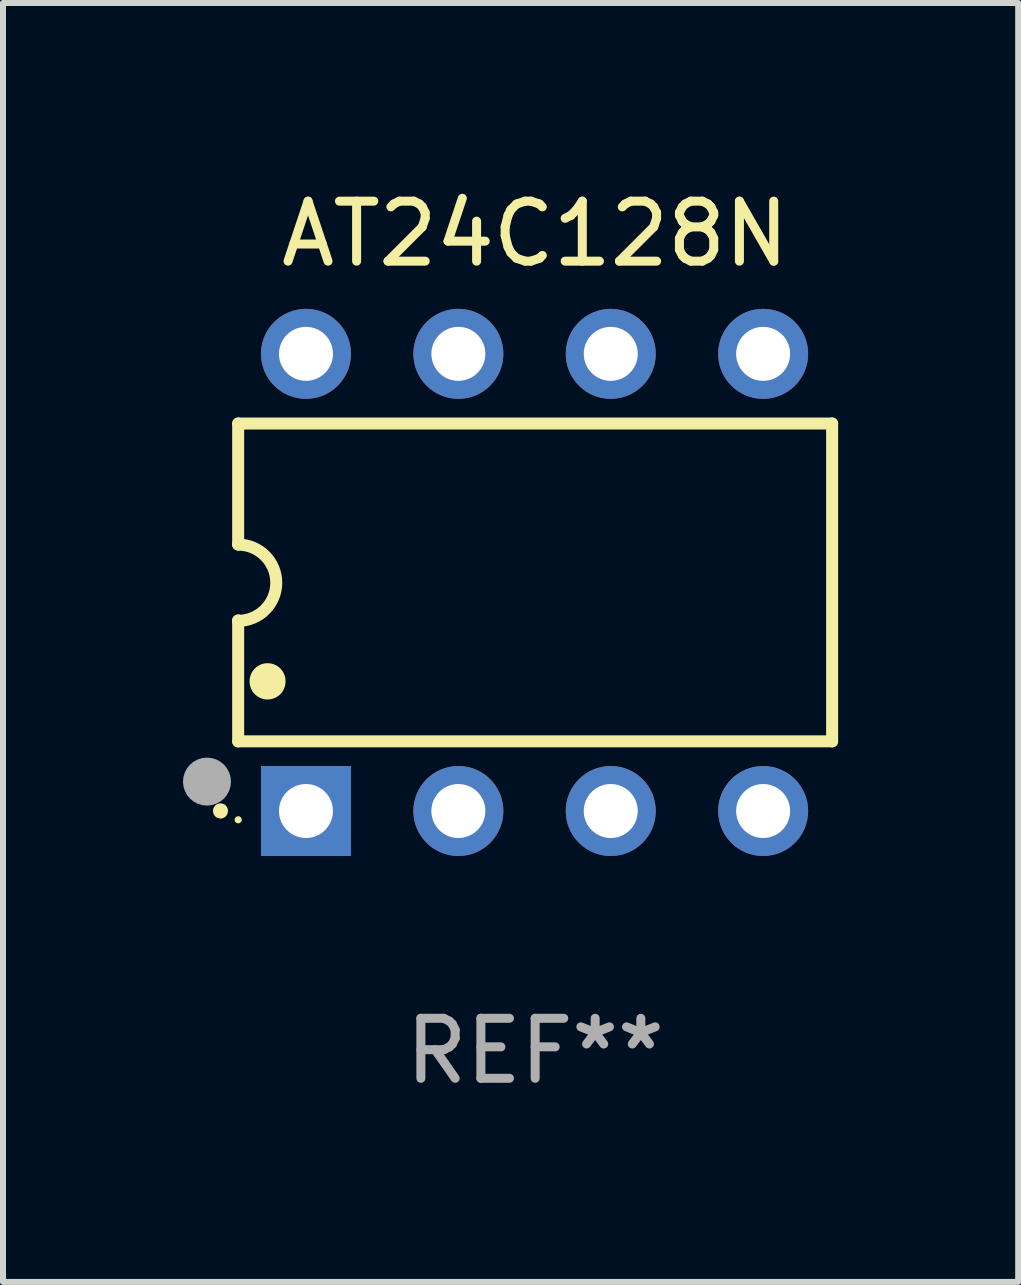
<source format=kicad_pcb>
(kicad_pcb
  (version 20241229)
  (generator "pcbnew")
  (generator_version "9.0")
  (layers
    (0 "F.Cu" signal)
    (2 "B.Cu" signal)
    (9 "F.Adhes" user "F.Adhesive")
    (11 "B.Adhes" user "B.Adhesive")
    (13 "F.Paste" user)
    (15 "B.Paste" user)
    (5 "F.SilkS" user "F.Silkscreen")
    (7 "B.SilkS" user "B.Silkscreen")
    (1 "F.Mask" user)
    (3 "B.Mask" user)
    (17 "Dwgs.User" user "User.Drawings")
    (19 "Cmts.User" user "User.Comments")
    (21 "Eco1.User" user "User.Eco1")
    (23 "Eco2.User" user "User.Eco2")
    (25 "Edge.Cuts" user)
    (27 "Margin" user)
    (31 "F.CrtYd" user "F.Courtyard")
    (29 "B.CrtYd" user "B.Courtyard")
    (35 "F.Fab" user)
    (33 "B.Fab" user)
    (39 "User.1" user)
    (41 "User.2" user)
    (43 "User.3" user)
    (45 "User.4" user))
  (footprint "AT24C128N"
    (layer "F.Cu")
    (at 5.87 6.658)
    (property "Reference" "AT24C128N" (at 0 -5.81 0) (layer "F.SilkS") (effects (font (size 1 1) (thickness 0.15))))
    (attr through_hole)
    (fp_line (start -4.95 -2.649) (end 4.95 -2.649) (stroke (width 0.2) (type solid)) (layer "F.SilkS"))
    (fp_line (start -4.95 -0.635) (end -4.95 -2.649) (stroke (width 0.2) (type solid)) (layer "F.SilkS"))
    (fp_line (start -4.95 0.635) (end -4.95 0.64) (stroke (width 0.2) (type solid)) (layer "F.SilkS"))
    (fp_line (start -4.95 2.649) (end -4.95 0.635) (stroke (width 0.2) (type solid)) (layer "F.SilkS"))
    (fp_line (start -4.95 -0.64) (end -4.95 -0.635) (stroke (width 0.2) (type solid)) (layer "F.SilkS"))
    (fp_line (start 4.95 -2.649) (end 4.95 2.649) (stroke (width 0.2) (type solid)) (layer "F.SilkS"))
    (fp_line (start 4.95 2.649) (end -4.95 2.649) (stroke (width 0.2) (type solid)) (layer "F.SilkS"))
    (fp_arc (start -5.24511 3.810008) (mid -5.245117 3.808738) (end -5.24511 3.807468) (stroke (width 0.25) (type solid)) (layer "F.SilkS"))
    (fp_arc (start -4.950165 -0.629997) (mid -4.315164 0.005004) (end -4.950165 0.640005) (stroke (width 0.2) (type solid)) (layer "F.SilkS"))
    (fp_arc (start -4.460249 1.651003) (mid -4.46026 1.648463) (end -4.460249 1.645923) (stroke (width 0.6) (type solid)) (layer "F.SilkS"))
    (fp_circle (center -4.95 3.956) (end -4.92 3.956) (stroke (width 0.06) (type solid)) (fill no) (layer "F.SilkS"))
    (fp_circle (center -5.47 3.32) (end -5.27 3.32) (stroke (width 0.4) (type solid)) (fill no) (layer "F.Fab"))
    (fp_text user "REF**" (at 0 7.81 0) (layer "F.Fab") (effects (font (size 1 1) (thickness 0.15))))
    (pad "1" thru_hole rect (at -3.82 3.81) (size 1.5 1.5) (drill 0.9) (layers "*.Cu" "*.Mask"))
    (pad "2" thru_hole circle (at -1.28 3.81) (size 1.5 1.5) (drill 0.9) (layers "*.Cu" "*.Mask"))
    (pad "3" thru_hole circle (at 1.26 3.81) (size 1.5 1.5) (drill 0.9) (layers "*.Cu" "*.Mask"))
    (pad "4" thru_hole circle (at 3.8 3.81) (size 1.5 1.5) (drill 0.9) (layers "*.Cu" "*.Mask"))
    (pad "5" thru_hole circle (at 3.8 -3.81) (size 1.5 1.5) (drill 0.9) (layers "*.Cu" "*.Mask"))
    (pad "6" thru_hole circle (at 1.26 -3.81) (size 1.5 1.5) (drill 0.9) (layers "*.Cu" "*.Mask"))
    (pad "7" thru_hole circle (at -1.28 -3.81) (size 1.5 1.5) (drill 0.9) (layers "*.Cu" "*.Mask"))
    (pad "8" thru_hole circle (at -3.82 -3.81) (size 1.5 1.5) (drill 0.9) (layers "*.Cu" "*.Mask")))
  (gr_rect
    (start -3 -3)
    (end 13.921 18.317)
    (stroke (width 0.1) (type default))
    (fill no)
    (layer "Edge.Cuts")))
</source>
